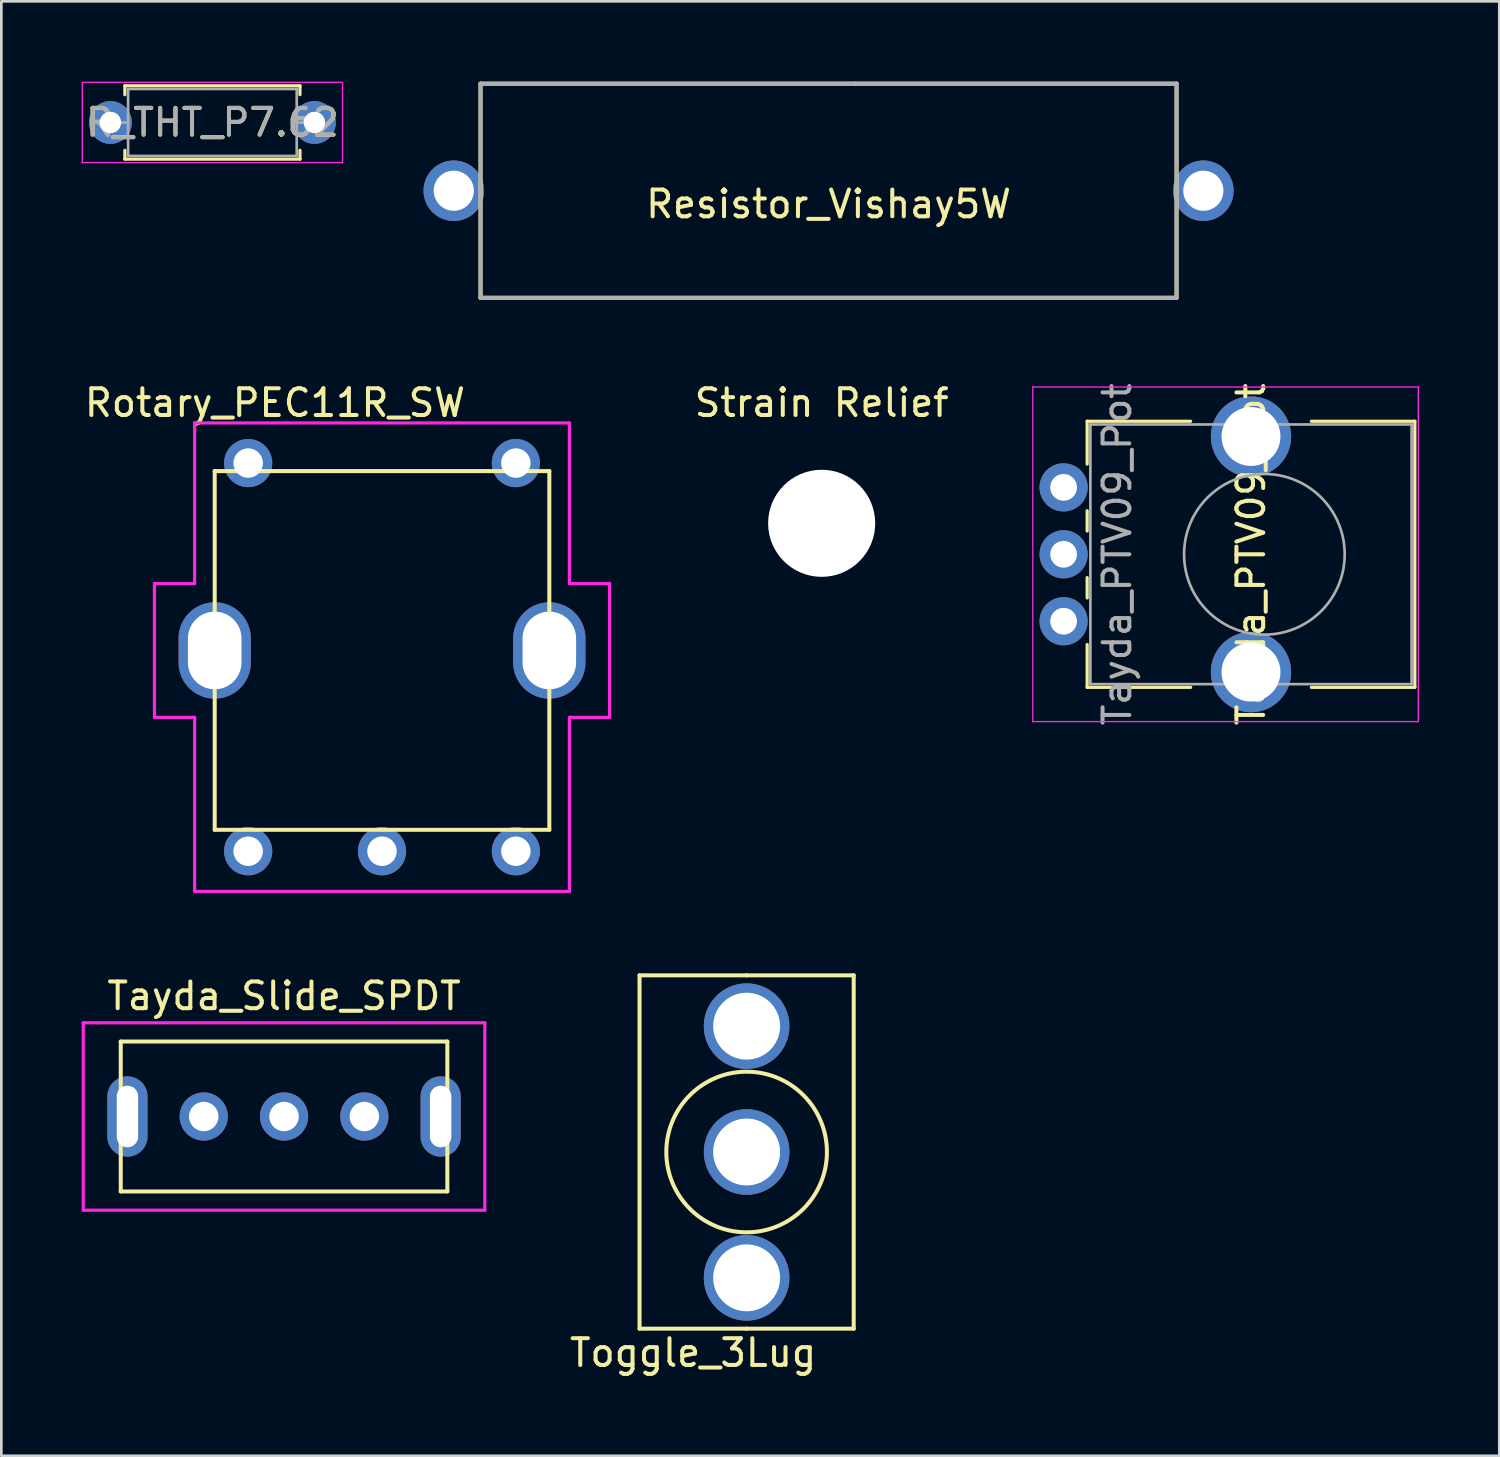
<source format=kicad_pcb>
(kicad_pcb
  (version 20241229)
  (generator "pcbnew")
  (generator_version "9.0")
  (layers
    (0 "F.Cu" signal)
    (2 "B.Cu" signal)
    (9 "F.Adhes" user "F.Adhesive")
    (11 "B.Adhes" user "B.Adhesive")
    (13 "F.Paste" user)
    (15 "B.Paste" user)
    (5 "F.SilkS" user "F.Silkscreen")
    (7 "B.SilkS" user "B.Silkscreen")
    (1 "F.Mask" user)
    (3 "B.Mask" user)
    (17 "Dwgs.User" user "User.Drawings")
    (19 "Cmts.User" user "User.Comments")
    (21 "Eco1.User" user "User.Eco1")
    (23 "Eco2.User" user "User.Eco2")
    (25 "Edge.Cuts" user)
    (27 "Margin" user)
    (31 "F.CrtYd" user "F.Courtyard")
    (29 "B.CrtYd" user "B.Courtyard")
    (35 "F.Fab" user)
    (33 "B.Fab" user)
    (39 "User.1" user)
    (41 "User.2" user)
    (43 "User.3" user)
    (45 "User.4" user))
  (footprint "Tayda_PTV09_Pot"
    (layer "F.Cu")
    (at 36.681 17.656)
    (property "Reference" "Tayda_PTV09_Pot" (at 7 0 90) (layer "F.SilkS") (effects (font (size 1 1) (thickness 0.15))))
    (attr through_hole)
    (fp_line (start 0.88 -4.97) (end 0.88 -3.371) (stroke (width 0.12) (type solid)) (layer "F.SilkS"))
    (fp_line (start 0.88 -4.97) (end 4.745 -4.97) (stroke (width 0.12) (type solid)) (layer "F.SilkS"))
    (fp_line (start 0.88 -1.629) (end 0.88 -0.87) (stroke (width 0.12) (type solid)) (layer "F.SilkS"))
    (fp_line (start 0.88 0.871) (end 0.88 1.63) (stroke (width 0.12) (type solid)) (layer "F.SilkS"))
    (fp_line (start 0.88 3.37) (end 0.88 4.97) (stroke (width 0.12) (type solid)) (layer "F.SilkS"))
    (fp_line (start 0.88 4.97) (end 4.745 4.97) (stroke (width 0.12) (type solid)) (layer "F.SilkS"))
    (fp_line (start 9.255 -4.97) (end 13.12 -4.97) (stroke (width 0.12) (type solid)) (layer "F.SilkS"))
    (fp_line (start 9.255 4.97) (end 13.12 4.97) (stroke (width 0.12) (type solid)) (layer "F.SilkS"))
    (fp_line (start 13.12 -4.97) (end 13.12 4.97) (stroke (width 0.12) (type solid)) (layer "F.SilkS"))
    (fp_line (start -1.15 -6.25) (end -1.15 6.25) (stroke (width 0.05) (type solid)) (layer "F.CrtYd"))
    (fp_line (start -1.15 6.25) (end 13.25 6.25) (stroke (width 0.05) (type solid)) (layer "F.CrtYd"))
    (fp_line (start 13.25 -6.25) (end -1.15 -6.25) (stroke (width 0.05) (type solid)) (layer "F.CrtYd"))
    (fp_line (start 13.25 6.25) (end 13.25 -6.25) (stroke (width 0.05) (type solid)) (layer "F.CrtYd"))
    (fp_line (start 1 -4.85) (end 1 4.85) (stroke (width 0.1) (type solid)) (layer "F.Fab"))
    (fp_line (start 1 4.85) (end 13 4.85) (stroke (width 0.1) (type solid)) (layer "F.Fab"))
    (fp_line (start 13 -4.85) (end 1 -4.85) (stroke (width 0.1) (type solid)) (layer "F.Fab"))
    (fp_line (start 13 4.85) (end 13 -4.85) (stroke (width 0.1) (type solid)) (layer "F.Fab"))
    (fp_circle (center 7.5 0) (end 10.5 0) (stroke (width 0.1) (type solid)) (fill no) (layer "F.Fab"))
    (fp_text user "${REFERENCE}" (at 2 0 270) (layer "F.Fab") (effects (font (size 1 1) (thickness 0.15))))
    (pad "" thru_hole circle (at 7 -4.4) (size 3 3) (drill 2.2) (layers "*.Cu" "*.Mask"))
    (pad "" thru_hole circle (at 7 4.4) (size 3 3) (drill 2.2) (layers "*.Cu" "*.Mask"))
    (pad "1" thru_hole circle (at 0 -2.5) (size 1.8 1.8) (drill 1) (layers "*.Cu" "*.Mask"))
    (pad "2" thru_hole circle (at 0 0) (size 1.8 1.8) (drill 1) (layers "*.Cu" "*.Mask"))
    (pad "3" thru_hole circle (at 0 2.5) (size 1.8 1.8) (drill 1) (layers "*.Cu" "*.Mask")))
  (footprint "R_THT_P7.62"
    (layer "F.Cu")
    (at 1.075 1.525)
    (property "Reference" "R_THT_P7.62" (at 3.81 0 0) (layer "F.SilkS") (effects (font (size 1 1) (thickness 0.15))))
    (attr through_hole)
    (fp_line (start 0.54 -1.37) (end 7.08 -1.37) (stroke (width 0.12) (type solid)) (layer "F.SilkS"))
    (fp_line (start 0.54 -1.04) (end 0.54 -1.37) (stroke (width 0.12) (type solid)) (layer "F.SilkS"))
    (fp_line (start 0.54 1.04) (end 0.54 1.37) (stroke (width 0.12) (type solid)) (layer "F.SilkS"))
    (fp_line (start 0.54 1.37) (end 7.08 1.37) (stroke (width 0.12) (type solid)) (layer "F.SilkS"))
    (fp_line (start 7.08 -1.37) (end 7.08 -1.04) (stroke (width 0.12) (type solid)) (layer "F.SilkS"))
    (fp_line (start 7.08 1.37) (end 7.08 1.04) (stroke (width 0.12) (type solid)) (layer "F.SilkS"))
    (fp_line (start -1.05 -1.5) (end -1.05 1.5) (stroke (width 0.05) (type solid)) (layer "F.CrtYd"))
    (fp_line (start -1.05 1.5) (end 8.67 1.5) (stroke (width 0.05) (type solid)) (layer "F.CrtYd"))
    (fp_line (start 8.67 -1.5) (end -1.05 -1.5) (stroke (width 0.05) (type solid)) (layer "F.CrtYd"))
    (fp_line (start 8.67 1.5) (end 8.67 -1.5) (stroke (width 0.05) (type solid)) (layer "F.CrtYd"))
    (fp_line (start 0 0) (end 0.66 0) (stroke (width 0.1) (type solid)) (layer "F.Fab"))
    (fp_line (start 0.66 -1.25) (end 0.66 1.25) (stroke (width 0.1) (type solid)) (layer "F.Fab"))
    (fp_line (start 0.66 1.25) (end 6.96 1.25) (stroke (width 0.1) (type solid)) (layer "F.Fab"))
    (fp_line (start 6.96 -1.25) (end 0.66 -1.25) (stroke (width 0.1) (type solid)) (layer "F.Fab"))
    (fp_line (start 6.96 1.25) (end 6.96 -1.25) (stroke (width 0.1) (type solid)) (layer "F.Fab"))
    (fp_line (start 7.62 0) (end 6.96 0) (stroke (width 0.1) (type solid)) (layer "F.Fab"))
    (fp_text user "${REFERENCE}" (at 3.81 0 0) (layer "F.Fab") (effects (font (size 1 1) (thickness 0.15))))
    (pad "1" thru_hole circle (at 0 0) (size 1.6 1.6) (drill 0.8) (layers "*.Cu" "*.Mask"))
    (pad "2" thru_hole oval (at 7.62 0) (size 1.6 1.6) (drill 0.8) (layers "*.Cu" "*.Mask")))
  (footprint "Resistor_Vishay5W"
    (layer "F.Cu")
    (at 27.901 4.075)
    (property "Reference" "Resistor_Vishay5W" (at 0 0.5 0) (layer "F.SilkS") (effects (font (size 1 1) (thickness 0.15))))
    (attr through_hole)
    (fp_line (start -13 -4) (end -13 4) (stroke (width 0.15) (type solid)) (layer "F.SilkS"))
    (fp_line (start -13 4) (end 13 4) (stroke (width 0.15) (type solid)) (layer "F.SilkS"))
    (fp_line (start 1 -4) (end -13 -4) (stroke (width 0.15) (type solid)) (layer "F.SilkS"))
    (fp_line (start 13 -4) (end 1 -4) (stroke (width 0.15) (type solid)) (layer "F.SilkS"))
    (fp_line (start 13 4) (end 13 -4) (stroke (width 0.15) (type solid)) (layer "F.SilkS"))
    (fp_line (start -13 -4) (end -13 4) (stroke (width 0.15) (type solid)) (layer "F.Fab"))
    (fp_line (start -13 4) (end 13 4) (stroke (width 0.15) (type solid)) (layer "F.Fab"))
    (fp_line (start 13 -4) (end -13 -4) (stroke (width 0.15) (type solid)) (layer "F.Fab"))
    (fp_line (start 13 4) (end 13 -4) (stroke (width 0.15) (type solid)) (layer "F.Fab"))
    (pad "1" thru_hole circle (at -14 0) (size 2.262 2.262) (drill 1.5) (layers "*.Cu" "*.Mask"))
    (pad "2" thru_hole circle (at 14 0) (size 2.262 2.262) (drill 1.5) (layers "*.Cu" "*.Mask")))
  (footprint "Toggle_3Lug"
    (layer "F.Cu")
    (at 24.84 39.983)
    (property "Reference" "Toggle_3Lug" (at -2 7.5 0) (layer "F.SilkS") (effects (font (size 1 1) (thickness 0.15))))
    (attr through_hole)
    (fp_line (start -4 -6.6) (end -4 6.6) (stroke (width 0.15) (type solid)) (layer "F.SilkS"))
    (fp_line (start 0 -6.6) (end -4 -6.6) (stroke (width 0.15) (type solid)) (layer "F.SilkS"))
    (fp_line (start 0 -6.6) (end 4 -6.6) (stroke (width 0.15) (type solid)) (layer "F.SilkS"))
    (fp_line (start 0 6.6) (end -4 6.6) (stroke (width 0.15) (type solid)) (layer "F.SilkS"))
    (fp_line (start 0 6.6) (end 4 6.6) (stroke (width 0.15) (type solid)) (layer "F.SilkS"))
    (fp_line (start 4 6.6) (end 4 -6.6) (stroke (width 0.15) (type solid)) (layer "F.SilkS"))
    (fp_circle (center 0 0) (end 0 3) (stroke (width 0.15) (type solid)) (fill no) (layer "F.SilkS"))
    (pad "1" thru_hole circle (at 0 4.7) (size 3.2 3.2) (drill 2.5) (layers "*.Cu" "*.Mask"))
    (pad "2" thru_hole circle (at 0 0) (size 3.2 3.2) (drill 2.5) (layers "*.Cu" "*.Mask"))
    (pad "3" thru_hole circle (at 0 -4.7) (size 3.2 3.2) (drill 2.5) (layers "*.Cu" "*.Mask")))
  (footprint "Rotary_PEC11R_SW"
    (layer "F.Cu")
    (at 11.22 21.248)
    (property "Reference" "Rotary_PEC11R_SW" (at -4 -9.25 0) (layer "F.SilkS") (effects (font (size 1 1) (thickness 0.15))))
    (attr through_hole)
    (fp_line (start -6.25 -6.7) (end 6.25 -6.7) (stroke (width 0.15) (type solid)) (layer "F.SilkS"))
    (fp_line (start -6.25 6.7) (end -6.25 -6.7) (stroke (width 0.15) (type solid)) (layer "F.SilkS"))
    (fp_line (start 6.25 -6.7) (end 6.25 6.7) (stroke (width 0.15) (type solid)) (layer "F.SilkS"))
    (fp_line (start 6.25 6.7) (end -6.25 6.7) (stroke (width 0.15) (type solid)) (layer "F.SilkS"))
    (fp_line (start -8.5 -2.5) (end -7 -2.5) (stroke (width 0.12) (type solid)) (layer "F.CrtYd"))
    (fp_line (start -8.5 2) (end -8.5 -2.5) (stroke (width 0.12) (type solid)) (layer "F.CrtYd"))
    (fp_line (start -8.5 2.5) (end -8.5 2) (stroke (width 0.12) (type solid)) (layer "F.CrtYd"))
    (fp_line (start -7 -8.5) (end 7 -8.5) (stroke (width 0.12) (type solid)) (layer "F.CrtYd"))
    (fp_line (start -7 -2.5) (end -7 -8.5) (stroke (width 0.12) (type solid)) (layer "F.CrtYd"))
    (fp_line (start -7 2.5) (end -8.5 2.5) (stroke (width 0.12) (type solid)) (layer "F.CrtYd"))
    (fp_line (start -7 9) (end -7 2.5) (stroke (width 0.12) (type solid)) (layer "F.CrtYd"))
    (fp_line (start 7 -8.5) (end 7 -2.5) (stroke (width 0.12) (type solid)) (layer "F.CrtYd"))
    (fp_line (start 7 -2.5) (end 8.5 -2.5) (stroke (width 0.12) (type solid)) (layer "F.CrtYd"))
    (fp_line (start 7 2.5) (end 7 9) (stroke (width 0.12) (type solid)) (layer "F.CrtYd"))
    (fp_line (start 7 9) (end -7 9) (stroke (width 0.12) (type solid)) (layer "F.CrtYd"))
    (fp_line (start 8.5 -2.5) (end 8.5 2.5) (stroke (width 0.12) (type solid)) (layer "F.CrtYd"))
    (fp_line (start 8.5 2.5) (end 7 2.5) (stroke (width 0.12) (type solid)) (layer "F.CrtYd"))
    (pad "" thru_hole oval (at -6.25 0) (size 2.7 3.6) (drill oval 2 2.9) (layers "*.Cu" "*.Mask"))
    (pad "" thru_hole oval (at 6.25 0) (size 2.7 3.6) (drill oval 2 2.9) (layers "*.Cu" "*.Mask"))
    (pad "A" thru_hole circle (at -5 7.5) (size 1.8 1.8) (drill 1.1) (layers "*.Cu" "*.Mask"))
    (pad "B" thru_hole circle (at 5 7.5) (size 1.8 1.8) (drill 1.1) (layers "*.Cu" "*.Mask"))
    (pad "C" thru_hole circle (at 0 7.5) (size 1.8 1.8) (drill 1.1) (layers "*.Cu" "*.Mask"))
    (pad "S1" thru_hole circle (at -5 -7) (size 1.8 1.8) (drill 1.1) (layers "*.Cu" "*.Mask"))
    (pad "S2" thru_hole circle (at 5 -7) (size 1.8 1.8) (drill 1.1) (layers "*.Cu" "*.Mask")))
  (footprint "Strain Relief"
    (layer "F.Cu")
    (at 27.643 16.498)
    (property "Reference" "Strain Relief" (at 0 -4.5 0) (layer "F.SilkS") (effects (font (size 1 1) (thickness 0.15))))
    (attr through_hole)
    (pad "" np_thru_hole circle (at 0 0) (size 4 4) (drill 4) (layers "*.Cu" "*.Mask")))
  (footprint "Tayda_Slide_SPDT"
    (layer "F.Cu")
    (at 7.56 38.657)
    (property "Reference" "Tayda_Slide_SPDT" (at 0 -4.5 0) (layer "F.SilkS") (effects (font (size 1 1) (thickness 0.15))))
    (attr through_hole)
    (fp_line (start -6.1 -2.8) (end -6.1 2.8) (stroke (width 0.15) (type solid)) (layer "F.SilkS"))
    (fp_line (start -6.1 -2.8) (end 6.1 -2.8) (stroke (width 0.15) (type solid)) (layer "F.SilkS"))
    (fp_line (start -6.1 2.8) (end 6.1 2.8) (stroke (width 0.15) (type solid)) (layer "F.SilkS"))
    (fp_line (start 6.1 -2.8) (end 6.1 2.8) (stroke (width 0.15) (type solid)) (layer "F.SilkS"))
    (fp_line (start -7.5 -3.5) (end -7 -3.5) (stroke (width 0.12) (type solid)) (layer "F.CrtYd"))
    (fp_line (start -7.5 3.5) (end -7.5 -3.5) (stroke (width 0.12) (type solid)) (layer "F.CrtYd"))
    (fp_line (start -7 -3.5) (end 7.5 -3.5) (stroke (width 0.12) (type solid)) (layer "F.CrtYd"))
    (fp_line (start 7.5 -3.5) (end 7.5 3.5) (stroke (width 0.12) (type solid)) (layer "F.CrtYd"))
    (fp_line (start 7.5 3.5) (end -7.5 3.5) (stroke (width 0.12) (type solid)) (layer "F.CrtYd"))
    (pad "" thru_hole oval (at -5.85 0) (size 1.5 3) (drill oval 0.8 2.3) (layers "*.Cu" "*.Mask"))
    (pad "" thru_hole oval (at 5.85 0) (size 1.5 3) (drill oval 0.8 2.3) (layers "*.Cu" "*.Mask"))
    (pad "1" thru_hole circle (at -3 0) (size 1.8 1.8) (drill 1.1) (layers "*.Cu" "*.Mask"))
    (pad "2" thru_hole circle (at 0 0) (size 1.8 1.8) (drill 1.1) (layers "*.Cu" "*.Mask"))
    (pad "3" thru_hole circle (at 3 0) (size 1.8 1.8) (drill 1.1) (layers "*.Cu" "*.Mask")))
  (gr_rect
    (start -3 -3)
    (end 52.956 51.331)
    (stroke (width 0.1) (type default))
    (fill no)
    (layer "Edge.Cuts")))
</source>
